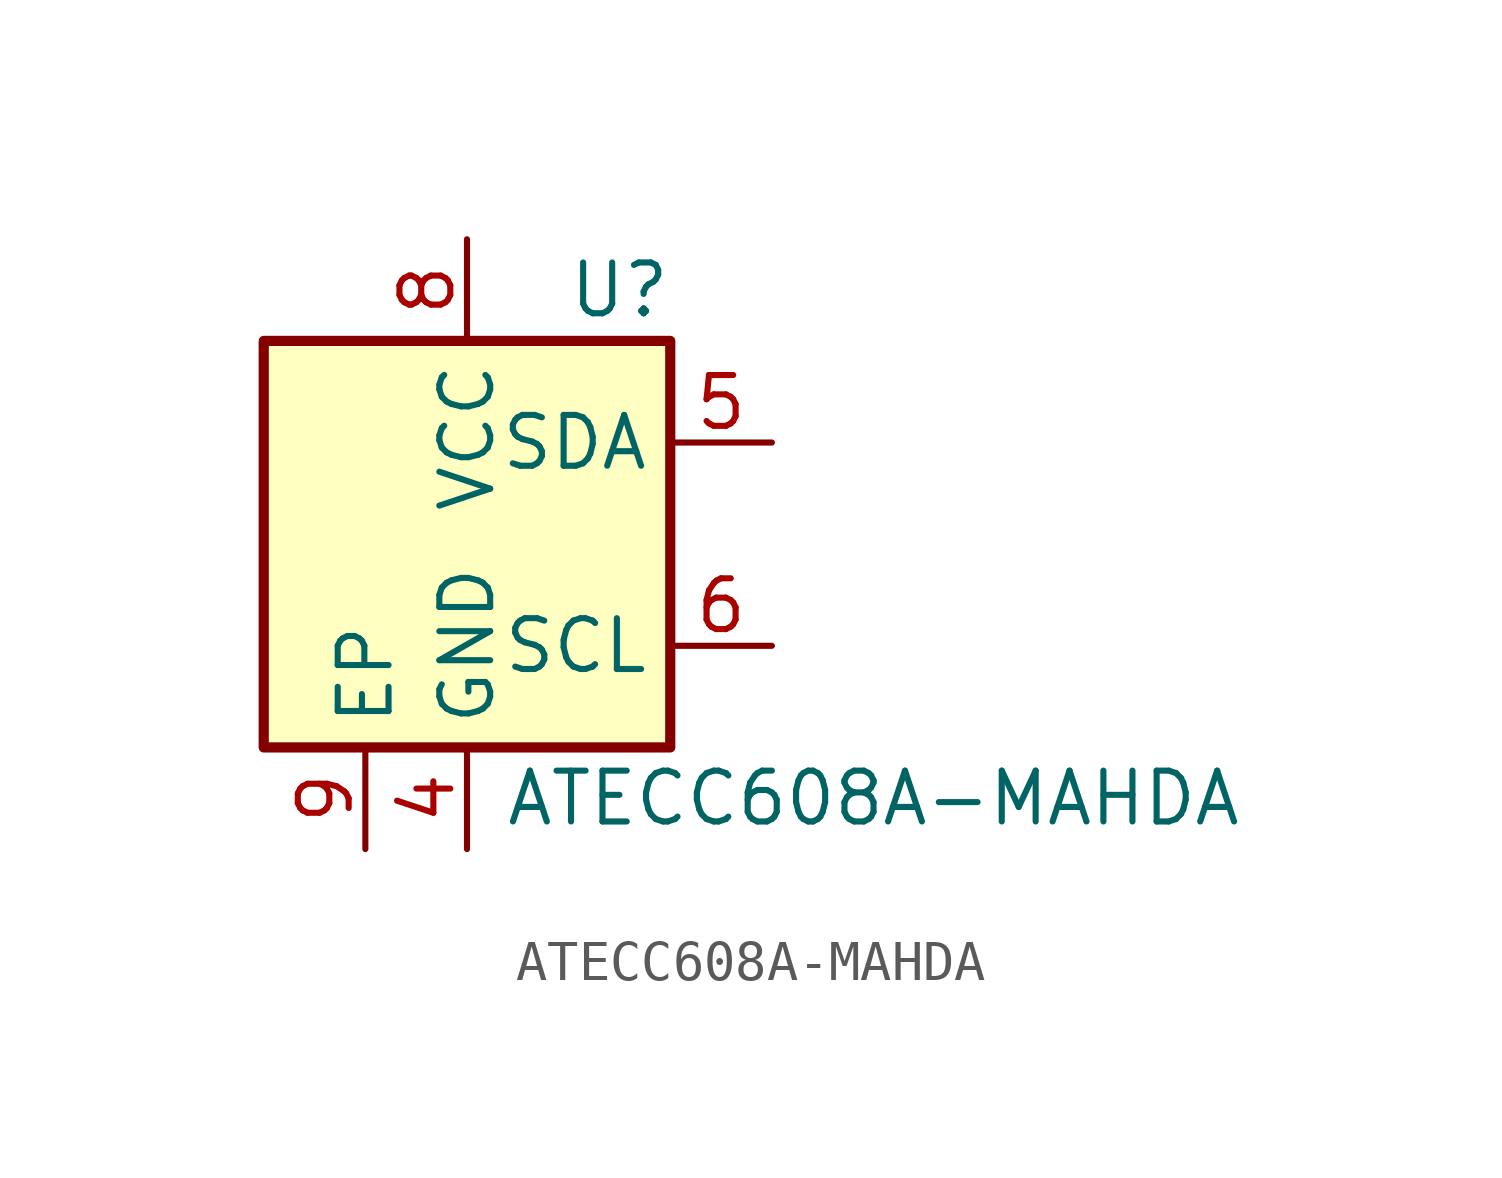
<source format=kicad_sym>
(kicad_symbol_lib
  (version 20211014)
  (generator kicad_symbol_editor)
  (symbol "ATECC608A-MAHDA"
    (property "Reference" "U"
      (at 3.81 6.35 0)
      (effects (font (size 1.27 1.27))))
    (property "Value" "ATECC608A-MAHDA"
      (at 10.16 -6.35 0)
      (effects (font (size 1.27 1.27))))
    (symbol "ATECC608A-MAHDA_0_1"
      (rectangle (start -5.08 5.08) (end 5.08 -5.08) (stroke (width 0.254) (type default) (color 0 0 0 0)) (fill (type background))))
    (symbol "ATECC608A-MAHDA_1_1"
      (pin no_connect line (at -5.08 2.54 0) (length 2.54) hide (name "NC" (effects (font (size 1.27 1.27)))) (number "1" (effects (font (size 1.27 1.27)))))
      (pin no_connect line (at -5.08 0 0) (length 2.54) hide (name "NC" (effects (font (size 1.27 1.27)))) (number "2" (effects (font (size 1.27 1.27)))))
      (pin no_connect line (at -5.08 -2.54 0) (length 2.54) hide (name "NC" (effects (font (size 1.27 1.27)))) (number "3" (effects (font (size 1.27 1.27)))))
      (pin power_in line (at 0 -7.62 90) (length 2.54) (name "GND" (effects (font (size 1.27 1.27)))) (number "4" (effects (font (size 1.27 1.27)))))
      (pin bidirectional line (at 7.62 2.54 180) (length 2.54) (name "SDA" (effects (font (size 1.27 1.27)))) (number "5" (effects (font (size 1.27 1.27)))))
      (pin input line (at 7.62 -2.54 180) (length 2.54) (name "SCL" (effects (font (size 1.27 1.27)))) (number "6" (effects (font (size 1.27 1.27)))))
      (pin no_connect line (at 5.08 0 180) (length 2.54) hide (name "NC" (effects (font (size 1.27 1.27)))) (number "7" (effects (font (size 1.27 1.27)))))
      (pin power_in line (at 0 7.62 270) (length 2.54) (name "VCC" (effects (font (size 1.27 1.27)))) (number "8" (effects (font (size 1.27 1.27)))))
      (pin input line (at -2.54 -7.62 90) (length 2.54) (name "EP" (effects (font (size 1.27 1.27)))) (number "9" (effects (font (size 1.27 1.27))))))))
</source>
